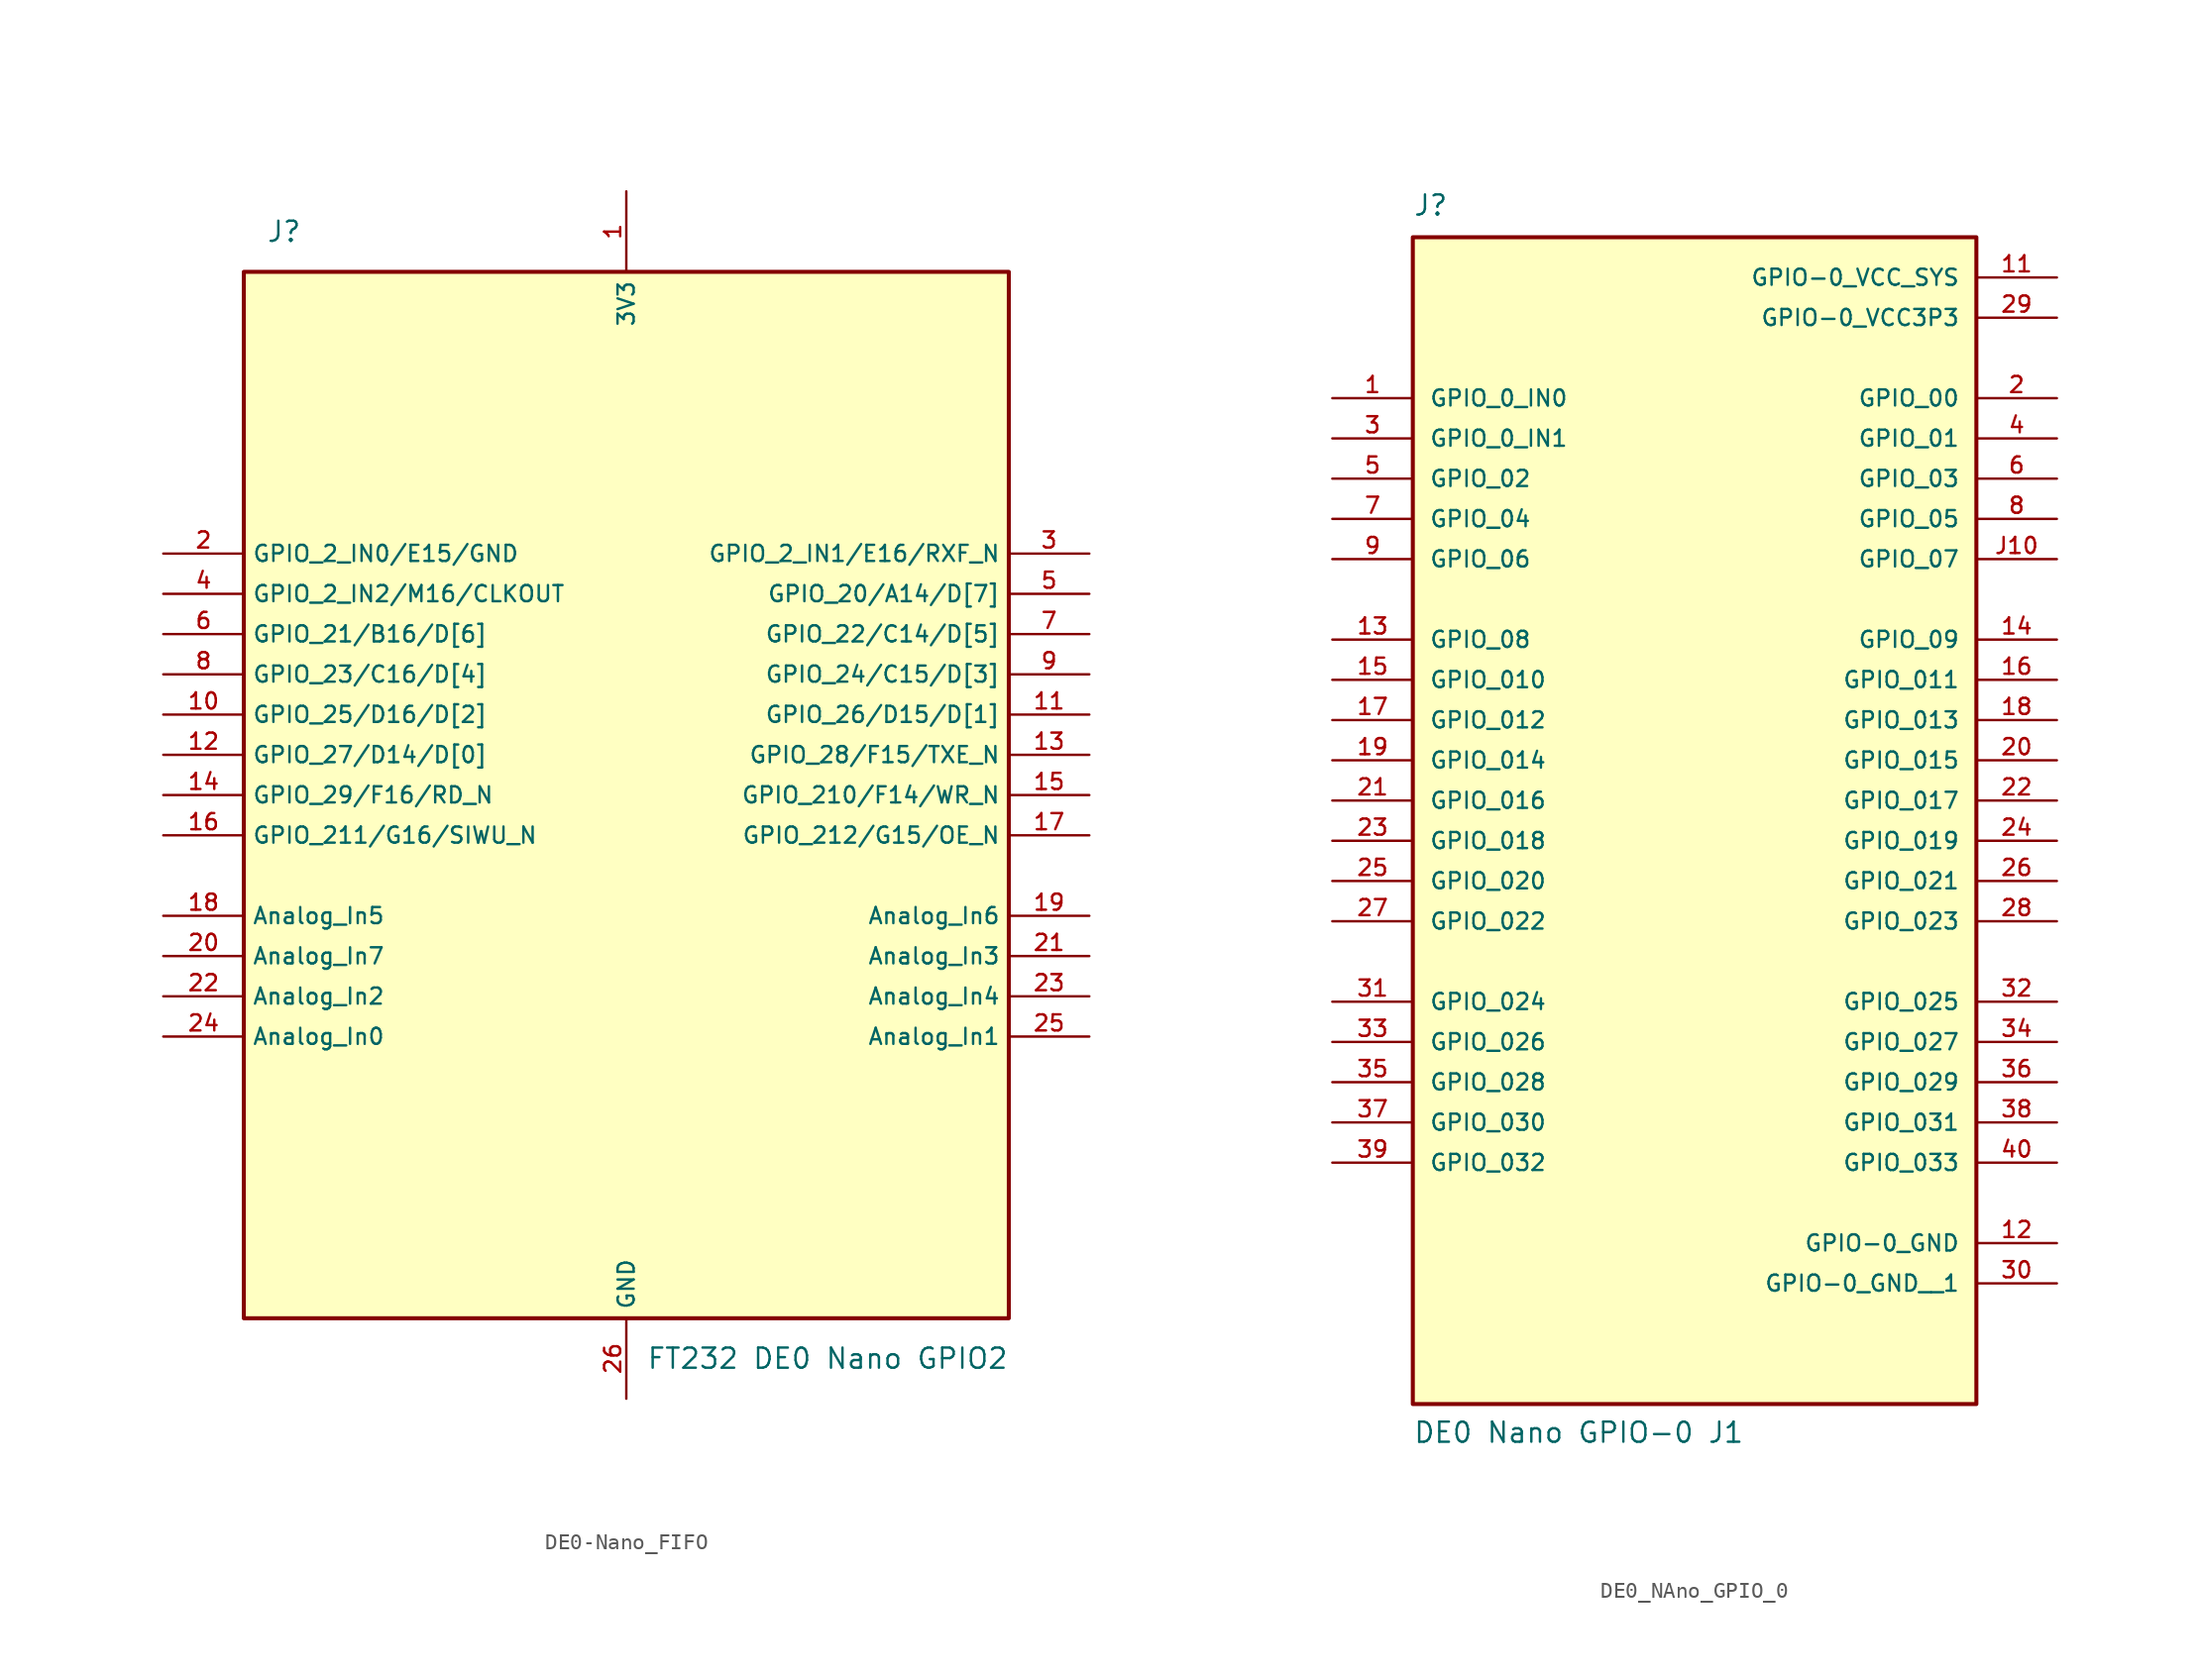
<source format=kicad_sym>
(kicad_symbol_lib
  (version 20220914)
  (generator kicad_symbol_editor)
  (symbol "DE0-Nano_FIFO"
    (property "Reference" "J"
      (at -21.59 20.32 0)
      (effects (font (size 1.27 1.27))))
    (property "Value" "FT232 DE0 Nano GPIO2"
      (at 12.7 -50.8 0)
      (effects (font (size 1.27 1.27))))
    (symbol "DE0-Nano_FIFO_1_0"
      (pin bidirectional line (at -29.21 -10.16 0) (length 5.08) (name "GPIO_25/D16/D[2]" (effects (font (size 1.016 1.016)))) (number "10" (effects (font (size 1.016 1.016)))))
      (pin bidirectional line (at 29.21 -10.16 180) (length 5.08) (name "GPIO_26/D15/D[1]" (effects (font (size 1.016 1.016)))) (number "11" (effects (font (size 1.016 1.016)))))
      (pin bidirectional line (at -29.21 -12.7 0) (length 5.08) (name "GPIO_27/D14/D[0]" (effects (font (size 1.016 1.016)))) (number "12" (effects (font (size 1.016 1.016)))))
      (pin input line (at 29.21 -12.7 180) (length 5.08) (name "GPIO_28/F15/TXE_N" (effects (font (size 1.016 1.016)))) (number "13" (effects (font (size 1.016 1.016)))))
      (pin output line (at -29.21 -15.24 0) (length 5.08) (name "GPIO_29/F16/RD_N" (effects (font (size 1.016 1.016)))) (number "14" (effects (font (size 1.016 1.016)))))
      (pin output line (at 29.21 -15.24 180) (length 5.08) (name "GPIO_210/F14/WR_N" (effects (font (size 1.016 1.016)))) (number "15" (effects (font (size 1.016 1.016)))))
      (pin output line (at -29.21 -17.78 0) (length 5.08) (name "GPIO_211/G16/SIWU_N" (effects (font (size 1.016 1.016)))) (number "16" (effects (font (size 1.016 1.016)))))
      (pin output line (at 29.21 -17.78 180) (length 5.08) (name "GPIO_212/G15/OE_N" (effects (font (size 1.016 1.016)))) (number "17" (effects (font (size 1.016 1.016)))))
      (pin input line (at -29.21 -22.86 0) (length 5.08) (name "Analog_In5" (effects (font (size 1.016 1.016)))) (number "18" (effects (font (size 1.016 1.016)))))
      (pin input line (at 29.21 -22.86 180) (length 5.08) (name "Analog_In6" (effects (font (size 1.016 1.016)))) (number "19" (effects (font (size 1.016 1.016)))))
      (pin power_in line (at -29.21 0 0) (length 5.08) (name "GPIO_2_IN0/E15/GND" (effects (font (size 1.016 1.016)))) (number "2" (effects (font (size 1.016 1.016)))))
      (pin input line (at -29.21 -25.4 0) (length 5.08) (name "Analog_In7" (effects (font (size 1.016 1.016)))) (number "20" (effects (font (size 1.016 1.016)))))
      (pin input line (at 29.21 -25.4 180) (length 5.08) (name "Analog_In3" (effects (font (size 1.016 1.016)))) (number "21" (effects (font (size 1.016 1.016)))))
      (pin input line (at -29.21 -27.94 0) (length 5.08) (name "Analog_In2" (effects (font (size 1.016 1.016)))) (number "22" (effects (font (size 1.016 1.016)))))
      (pin input line (at 29.21 -27.94 180) (length 5.08) (name "Analog_In4" (effects (font (size 1.016 1.016)))) (number "23" (effects (font (size 1.016 1.016)))))
      (pin input line (at -29.21 -30.48 0) (length 5.08) (name "Analog_In0" (effects (font (size 1.016 1.016)))) (number "24" (effects (font (size 1.016 1.016)))))
      (pin input line (at 29.21 -30.48 180) (length 5.08) (name "Analog_In1" (effects (font (size 1.016 1.016)))) (number "25" (effects (font (size 1.016 1.016)))))
      (pin input line (at 29.21 0 180) (length 5.08) (name "GPIO_2_IN1/E16/RXF_N" (effects (font (size 1.016 1.016)))) (number "3" (effects (font (size 1.016 1.016)))))
      (pin input line (at -29.21 -2.54 0) (length 5.08) (name "GPIO_2_IN2/M16/CLKOUT" (effects (font (size 1.016 1.016)))) (number "4" (effects (font (size 1.016 1.016)))))
      (pin bidirectional line (at 29.21 -2.54 180) (length 5.08) (name "GPIO_20/A14/D[7]" (effects (font (size 1.016 1.016)))) (number "5" (effects (font (size 1.016 1.016)))))
      (pin bidirectional line (at -29.21 -5.08 0) (length 5.08) (name "GPIO_21/B16/D[6]" (effects (font (size 1.016 1.016)))) (number "6" (effects (font (size 1.016 1.016)))))
      (pin bidirectional line (at 29.21 -5.08 180) (length 5.08) (name "GPIO_22/C14/D[5]" (effects (font (size 1.016 1.016)))) (number "7" (effects (font (size 1.016 1.016)))))
      (pin bidirectional line (at -29.21 -7.62 0) (length 5.08) (name "GPIO_23/C16/D[4]" (effects (font (size 1.016 1.016)))) (number "8" (effects (font (size 1.016 1.016)))))
      (pin bidirectional line (at 29.21 -7.62 180) (length 5.08) (name "GPIO_24/C15/D[3]" (effects (font (size 1.016 1.016)))) (number "9" (effects (font (size 1.016 1.016))))))
    (symbol "DE0-Nano_FIFO_1_1"
      (rectangle (start -24.13 17.78) (end 24.13 -48.26) (stroke (width 0.254) (type default)) (fill (type background)))
      (pin power_out line (at 0 22.86 270) (length 5.08) (name "3V3" (effects (font (size 1.016 1.016)))) (number "1" (effects (font (size 1.016 1.016)))))
      (pin power_out line (at 0 -53.34 90) (length 5.08) (name "GND" (effects (font (size 1.016 1.016)))) (number "26" (effects (font (size 1.016 1.016)))))))
  (symbol "DE0_NAno_GPIO_0"
    (pin_names
      (offset 1.016))
    (property "Reference" "J"
      (at -17.78 34.29 0)
      (effects (font (size 1.27 1.27)) (justify left bottom)))
    (property "Value" "DE0 Nano GPIO-0 J1"
      (at -17.78 -43.18 0)
      (effects (font (size 1.27 1.27)) (justify left bottom)))
    (symbol "DE0_NAno_GPIO_0_1_0"
      (rectangle (start -17.78 33.02) (end 17.78 -40.64) (stroke (width 0.254) (type default)) (fill (type background)))
      (pin bidirectional line (at -22.86 22.86 0) (length 5.08) (name "GPIO_0_IN0" (effects (font (size 1.016 1.016)))) (number "1" (effects (font (size 1.016 1.016)))))
      (pin power_in line (at 22.86 30.48 180) (length 5.08) (name "GPIO-0_VCC_SYS" (effects (font (size 1.016 1.016)))) (number "11" (effects (font (size 1.016 1.016)))))
      (pin power_in line (at 22.86 -30.48 180) (length 5.08) (name "GPIO-0_GND" (effects (font (size 1.016 1.016)))) (number "12" (effects (font (size 1.016 1.016)))))
      (pin bidirectional line (at -22.86 7.62 0) (length 5.08) (name "GPIO_08" (effects (font (size 1.016 1.016)))) (number "13" (effects (font (size 1.016 1.016)))))
      (pin bidirectional line (at 22.86 7.62 180) (length 5.08) (name "GPIO_09" (effects (font (size 1.016 1.016)))) (number "14" (effects (font (size 1.016 1.016)))))
      (pin bidirectional line (at -22.86 5.08 0) (length 5.08) (name "GPIO_010" (effects (font (size 1.016 1.016)))) (number "15" (effects (font (size 1.016 1.016)))))
      (pin bidirectional line (at 22.86 5.08 180) (length 5.08) (name "GPIO_011" (effects (font (size 1.016 1.016)))) (number "16" (effects (font (size 1.016 1.016)))))
      (pin bidirectional line (at -22.86 2.54 0) (length 5.08) (name "GPIO_012" (effects (font (size 1.016 1.016)))) (number "17" (effects (font (size 1.016 1.016)))))
      (pin bidirectional line (at 22.86 2.54 180) (length 5.08) (name "GPIO_013" (effects (font (size 1.016 1.016)))) (number "18" (effects (font (size 1.016 1.016)))))
      (pin bidirectional line (at -22.86 0 0) (length 5.08) (name "GPIO_014" (effects (font (size 1.016 1.016)))) (number "19" (effects (font (size 1.016 1.016)))))
      (pin bidirectional line (at 22.86 22.86 180) (length 5.08) (name "GPIO_00" (effects (font (size 1.016 1.016)))) (number "2" (effects (font (size 1.016 1.016)))))
      (pin bidirectional line (at 22.86 0 180) (length 5.08) (name "GPIO_015" (effects (font (size 1.016 1.016)))) (number "20" (effects (font (size 1.016 1.016)))))
      (pin bidirectional line (at -22.86 -2.54 0) (length 5.08) (name "GPIO_016" (effects (font (size 1.016 1.016)))) (number "21" (effects (font (size 1.016 1.016)))))
      (pin bidirectional line (at 22.86 -2.54 180) (length 5.08) (name "GPIO_017" (effects (font (size 1.016 1.016)))) (number "22" (effects (font (size 1.016 1.016)))))
      (pin bidirectional line (at -22.86 -5.08 0) (length 5.08) (name "GPIO_018" (effects (font (size 1.016 1.016)))) (number "23" (effects (font (size 1.016 1.016)))))
      (pin bidirectional line (at 22.86 -5.08 180) (length 5.08) (name "GPIO_019" (effects (font (size 1.016 1.016)))) (number "24" (effects (font (size 1.016 1.016)))))
      (pin bidirectional line (at -22.86 -7.62 0) (length 5.08) (name "GPIO_020" (effects (font (size 1.016 1.016)))) (number "25" (effects (font (size 1.016 1.016)))))
      (pin bidirectional line (at 22.86 -7.62 180) (length 5.08) (name "GPIO_021" (effects (font (size 1.016 1.016)))) (number "26" (effects (font (size 1.016 1.016)))))
      (pin bidirectional line (at -22.86 -10.16 0) (length 5.08) (name "GPIO_022" (effects (font (size 1.016 1.016)))) (number "27" (effects (font (size 1.016 1.016)))))
      (pin bidirectional line (at 22.86 -10.16 180) (length 5.08) (name "GPIO_023" (effects (font (size 1.016 1.016)))) (number "28" (effects (font (size 1.016 1.016)))))
      (pin power_out line (at 22.86 27.94 180) (length 5.08) (name "GPIO-0_VCC3P3" (effects (font (size 1.016 1.016)))) (number "29" (effects (font (size 1.016 1.016)))))
      (pin bidirectional line (at -22.86 20.32 0) (length 5.08) (name "GPIO_0_IN1" (effects (font (size 1.016 1.016)))) (number "3" (effects (font (size 1.016 1.016)))))
      (pin power_in line (at 22.86 -33.02 180) (length 5.08) (name "GPIO-0_GND__1" (effects (font (size 1.016 1.016)))) (number "30" (effects (font (size 1.016 1.016)))))
      (pin bidirectional line (at -22.86 -15.24 0) (length 5.08) (name "GPIO_024" (effects (font (size 1.016 1.016)))) (number "31" (effects (font (size 1.016 1.016)))))
      (pin bidirectional line (at 22.86 -15.24 180) (length 5.08) (name "GPIO_025" (effects (font (size 1.016 1.016)))) (number "32" (effects (font (size 1.016 1.016)))))
      (pin bidirectional line (at -22.86 -17.78 0) (length 5.08) (name "GPIO_026" (effects (font (size 1.016 1.016)))) (number "33" (effects (font (size 1.016 1.016)))))
      (pin bidirectional line (at 22.86 -17.78 180) (length 5.08) (name "GPIO_027" (effects (font (size 1.016 1.016)))) (number "34" (effects (font (size 1.016 1.016)))))
      (pin bidirectional line (at -22.86 -20.32 0) (length 5.08) (name "GPIO_028" (effects (font (size 1.016 1.016)))) (number "35" (effects (font (size 1.016 1.016)))))
      (pin bidirectional line (at 22.86 -20.32 180) (length 5.08) (name "GPIO_029" (effects (font (size 1.016 1.016)))) (number "36" (effects (font (size 1.016 1.016)))))
      (pin bidirectional line (at -22.86 -22.86 0) (length 5.08) (name "GPIO_030" (effects (font (size 1.016 1.016)))) (number "37" (effects (font (size 1.016 1.016)))))
      (pin bidirectional line (at 22.86 -22.86 180) (length 5.08) (name "GPIO_031" (effects (font (size 1.016 1.016)))) (number "38" (effects (font (size 1.016 1.016)))))
      (pin bidirectional line (at -22.86 -25.4 0) (length 5.08) (name "GPIO_032" (effects (font (size 1.016 1.016)))) (number "39" (effects (font (size 1.016 1.016)))))
      (pin bidirectional line (at 22.86 20.32 180) (length 5.08) (name "GPIO_01" (effects (font (size 1.016 1.016)))) (number "4" (effects (font (size 1.016 1.016)))))
      (pin bidirectional line (at 22.86 -25.4 180) (length 5.08) (name "GPIO_033" (effects (font (size 1.016 1.016)))) (number "40" (effects (font (size 1.016 1.016)))))
      (pin bidirectional line (at -22.86 17.78 0) (length 5.08) (name "GPIO_02" (effects (font (size 1.016 1.016)))) (number "5" (effects (font (size 1.016 1.016)))))
      (pin bidirectional line (at 22.86 17.78 180) (length 5.08) (name "GPIO_03" (effects (font (size 1.016 1.016)))) (number "6" (effects (font (size 1.016 1.016)))))
      (pin bidirectional line (at -22.86 15.24 0) (length 5.08) (name "GPIO_04" (effects (font (size 1.016 1.016)))) (number "7" (effects (font (size 1.016 1.016)))))
      (pin bidirectional line (at 22.86 15.24 180) (length 5.08) (name "GPIO_05" (effects (font (size 1.016 1.016)))) (number "8" (effects (font (size 1.016 1.016)))))
      (pin bidirectional line (at -22.86 12.7 0) (length 5.08) (name "GPIO_06" (effects (font (size 1.016 1.016)))) (number "9" (effects (font (size 1.016 1.016)))))
      (pin bidirectional line (at 22.86 12.7 180) (length 5.08) (name "GPIO_07" (effects (font (size 1.016 1.016)))) (number "J10" (effects (font (size 1.016 1.016))))))))
</source>
